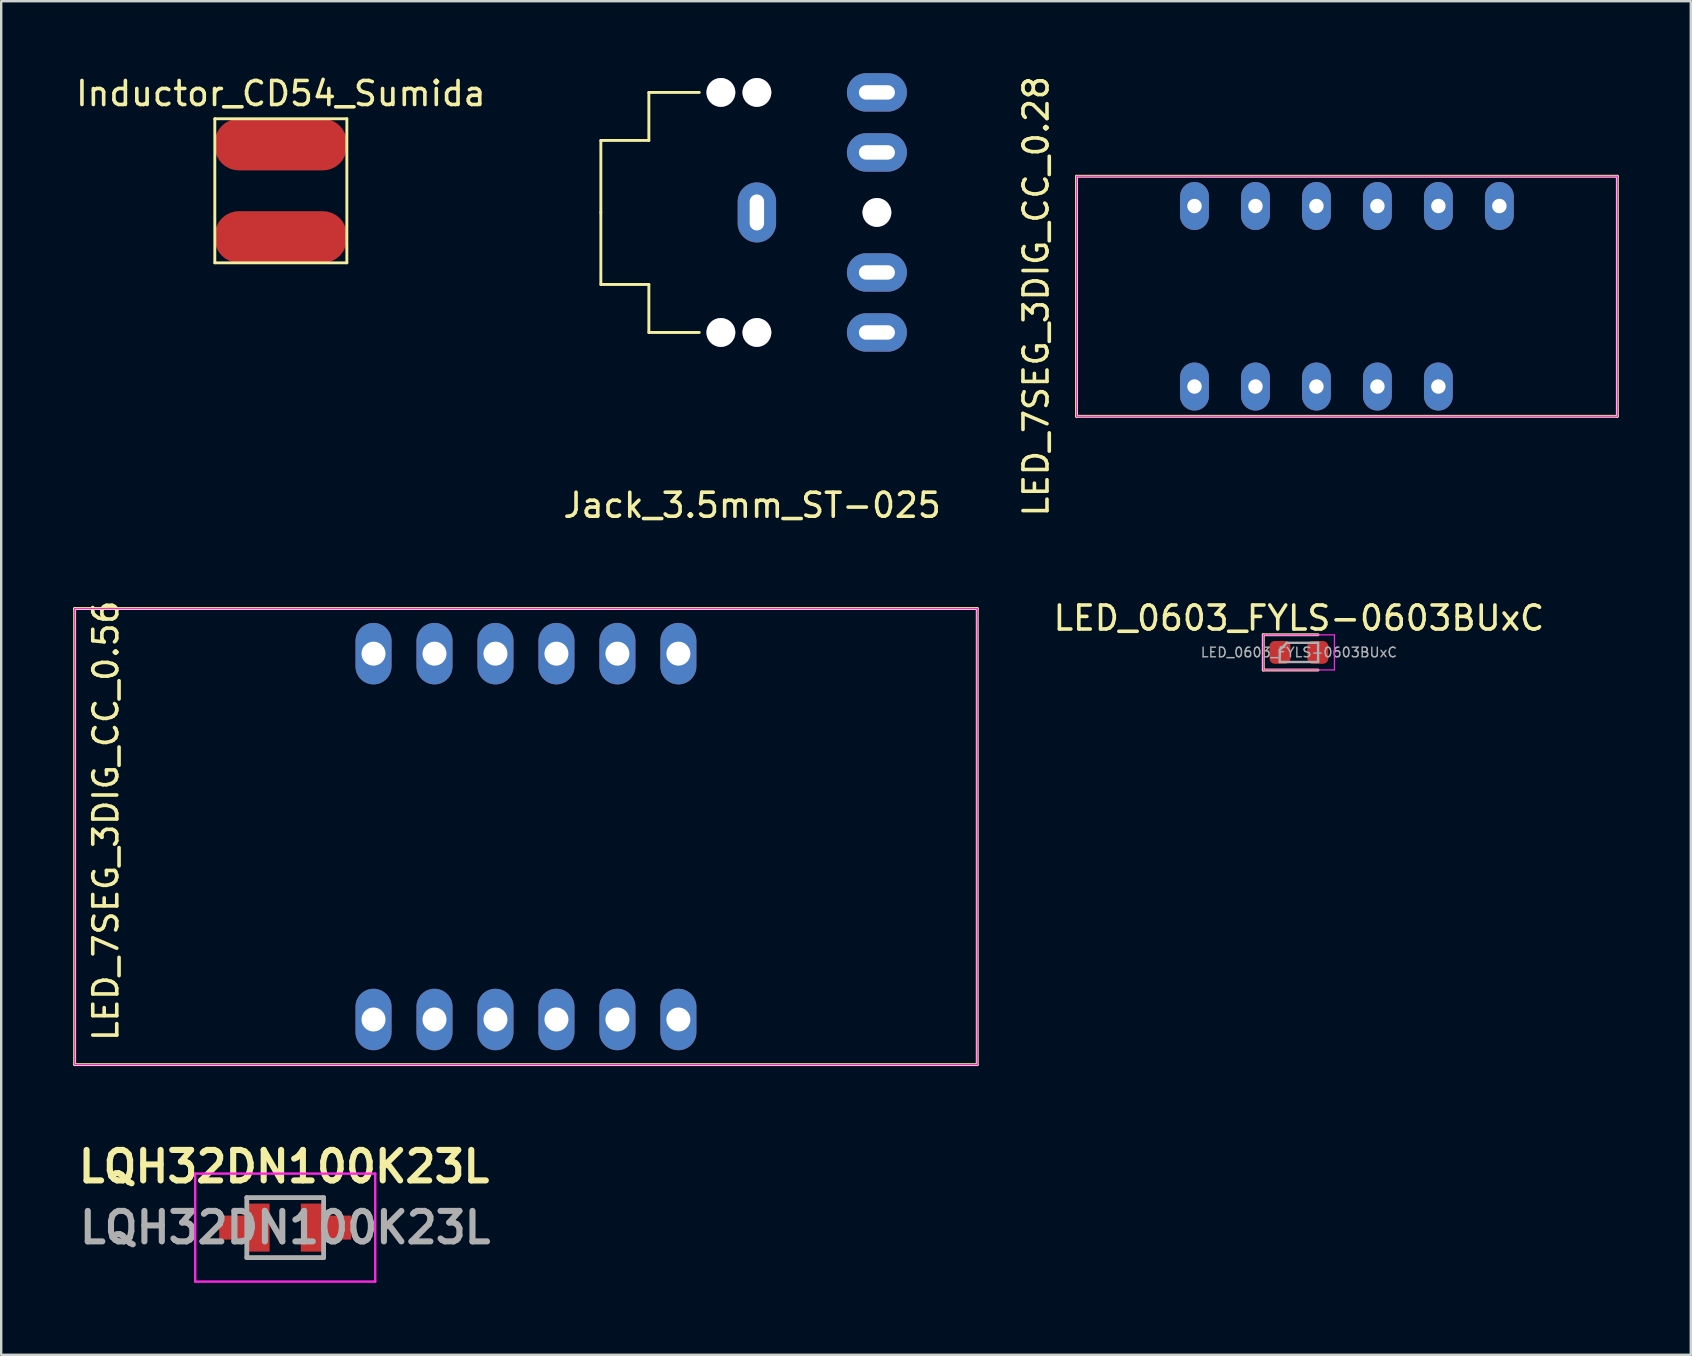
<source format=kicad_pcb>
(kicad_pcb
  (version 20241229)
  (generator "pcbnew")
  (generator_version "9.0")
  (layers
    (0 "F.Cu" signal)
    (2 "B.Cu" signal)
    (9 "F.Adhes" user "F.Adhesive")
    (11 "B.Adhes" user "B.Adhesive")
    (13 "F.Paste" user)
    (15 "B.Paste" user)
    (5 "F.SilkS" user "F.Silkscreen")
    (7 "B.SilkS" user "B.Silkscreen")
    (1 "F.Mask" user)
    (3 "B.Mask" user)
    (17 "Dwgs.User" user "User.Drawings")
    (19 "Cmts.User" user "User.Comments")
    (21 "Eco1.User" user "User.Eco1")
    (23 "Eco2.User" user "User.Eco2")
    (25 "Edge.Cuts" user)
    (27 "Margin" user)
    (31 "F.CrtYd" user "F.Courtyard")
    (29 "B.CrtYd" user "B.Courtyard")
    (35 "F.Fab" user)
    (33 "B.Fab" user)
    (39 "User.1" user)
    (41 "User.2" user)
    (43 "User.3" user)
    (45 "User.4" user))
  (footprint "LED_0603_FYLS-0603BUxC"
    (layer "F.Cu")
    (at 51.059 24.127)
    (property "Reference" "LED_0603_FYLS-0603BUxC" (at 0 -1.43 0) (layer "F.SilkS") (effects (font (size 1 1) (thickness 0.15))))
    (attr smd)
    (fp_line (start -1.485 -0.735) (end -1.485 0.735) (stroke (width 0.12) (type solid)) (layer "F.SilkS"))
    (fp_line (start -1.485 0.735) (end 0.8 0.735) (stroke (width 0.12) (type solid)) (layer "F.SilkS"))
    (fp_line (start 0.8 -0.735) (end -1.485 -0.735) (stroke (width 0.12) (type solid)) (layer "F.SilkS"))
    (fp_line (start -1.48 -0.73) (end 1.48 -0.73) (stroke (width 0.05) (type solid)) (layer "F.CrtYd"))
    (fp_line (start -1.48 0.73) (end -1.48 -0.73) (stroke (width 0.05) (type solid)) (layer "F.CrtYd"))
    (fp_line (start 1.48 -0.73) (end 1.48 0.73) (stroke (width 0.05) (type solid)) (layer "F.CrtYd"))
    (fp_line (start 1.48 0.73) (end -1.48 0.73) (stroke (width 0.05) (type solid)) (layer "F.CrtYd"))
    (fp_line (start -0.8 -0.1) (end -0.8 0.4) (stroke (width 0.1) (type solid)) (layer "F.Fab"))
    (fp_line (start -0.8 0.4) (end 0.8 0.4) (stroke (width 0.1) (type solid)) (layer "F.Fab"))
    (fp_line (start -0.5 -0.4) (end -0.8 -0.1) (stroke (width 0.1) (type solid)) (layer "F.Fab"))
    (fp_line (start 0.8 -0.4) (end -0.5 -0.4) (stroke (width 0.1) (type solid)) (layer "F.Fab"))
    (fp_line (start 0.8 0.4) (end 0.8 -0.4) (stroke (width 0.1) (type solid)) (layer "F.Fab"))
    (fp_text user "${REFERENCE}" (at 0 0 0) (layer "F.Fab") (effects (font (size 0.4 0.4) (thickness 0.06))))
    (pad "1" smd roundrect (at -0.787 0) (size 0.875 0.95) (layers "F.Cu" "F.Mask" "F.Paste") (roundrect_rratio 0.25))
    (pad "2" smd roundrect (at 0.787 0) (size 0.875 0.95) (layers "F.Cu" "F.Mask" "F.Paste") (roundrect_rratio 0.25)))
  (footprint "LED_7SEG_3DIG_CC_0.28"
    (layer "F.Cu")
    (at 53.06 9.292)
    (property "Reference" "LED_7SEG_3DIG_CC_0.28" (at -12.95 0 90) (layer "F.SilkS") (effects (font (size 1 1) (thickness 0.15))))
    (attr through_hole)
    (fp_line (start -11.265 -5) (end -11.265 5) (stroke (width 0.12) (type solid)) (layer "F.SilkS"))
    (fp_line (start -11.265 -5) (end 11.265 -5) (stroke (width 0.12) (type solid)) (layer "F.SilkS"))
    (fp_line (start -11.265 5) (end 11.265 5) (stroke (width 0.12) (type solid)) (layer "F.SilkS"))
    (fp_line (start 11.265 5) (end 11.265 -5) (stroke (width 0.12) (type solid)) (layer "F.SilkS"))
    (fp_line (start -11.265 -5) (end 11.265 -5) (stroke (width 0.05) (type solid)) (layer "F.CrtYd"))
    (fp_line (start -11.265 5) (end -11.265 -5) (stroke (width 0.05) (type solid)) (layer "F.CrtYd"))
    (fp_line (start -11.265 5) (end 11.265 5) (stroke (width 0.05) (type solid)) (layer "F.CrtYd"))
    (fp_line (start 11.265 -5) (end 11.265 5) (stroke (width 0.05) (type solid)) (layer "F.CrtYd"))
    (pad "A" thru_hole oval (at -3.81 -3.76) (size 1.2 2) (drill 0.6) (layers "*.Cu" "*.Mask"))
    (pad "B" thru_hole oval (at 6.35 -3.76) (size 1.2 2) (drill 0.6) (layers "*.Cu" "*.Mask"))
    (pad "C" thru_hole oval (at 1.27 3.76) (size 1.2 2) (drill 0.6) (layers "*.Cu" "*.Mask"))
    (pad "D" thru_hole oval (at -3.81 3.76) (size 1.2 2) (drill 0.6) (layers "*.Cu" "*.Mask"))
    (pad "DIG1" thru_hole oval (at -6.35 -3.76) (size 1.2 2) (drill 0.6) (layers "*.Cu" "*.Mask"))
    (pad "DIG2" thru_hole oval (at 1.27 -3.76) (size 1.2 2) (drill 0.6) (layers "*.Cu" "*.Mask"))
    (pad "DIG3" thru_hole oval (at 3.81 -3.76) (size 1.2 2) (drill 0.6) (layers "*.Cu" "*.Mask"))
    (pad "DP" thru_hole oval (at -1.27 3.76) (size 1.2 2) (drill 0.6) (layers "*.Cu" "*.Mask"))
    (pad "E" thru_hole oval (at -6.35 3.76) (size 1.2 2) (drill 0.6) (layers "*.Cu" "*.Mask"))
    (pad "F" thru_hole oval (at -1.27 -3.76) (size 1.2 2) (drill 0.6) (layers "*.Cu" "*.Mask"))
    (pad "G" thru_hole oval (at 3.81 3.76) (size 1.2 2) (drill 0.6) (layers "*.Cu" "*.Mask")))
  (footprint "LED_7SEG_3DIG_CC_0.56"
    (layer "F.Cu")
    (at 18.86 31.8)
    (property "Reference" "LED_7SEG_3DIG_CC_0.56" (at -17.501 -0.66 90) (layer "F.SilkS") (effects (font (size 1 1) (thickness 0.15))))
    (attr through_hole)
    (fp_line (start -18.8 -9.5) (end -18.8 9.5) (stroke (width 0.12) (type solid)) (layer "F.SilkS"))
    (fp_line (start -18.8 -9.5) (end 18.8 -9.5) (stroke (width 0.12) (type solid)) (layer "F.SilkS"))
    (fp_line (start -18.8 9.5) (end 18.8 9.5) (stroke (width 0.12) (type solid)) (layer "F.SilkS"))
    (fp_line (start 18.8 9.5) (end 18.8 -9.5) (stroke (width 0.12) (type solid)) (layer "F.SilkS"))
    (fp_line (start -18.8 -9.5) (end 18.8 -9.5) (stroke (width 0.05) (type solid)) (layer "F.CrtYd"))
    (fp_line (start -18.8 9.5) (end -18.8 -9.5) (stroke (width 0.05) (type solid)) (layer "F.CrtYd"))
    (fp_line (start -18.8 9.5) (end 18.8 9.5) (stroke (width 0.05) (type solid)) (layer "F.CrtYd"))
    (fp_line (start 18.8 -9.5) (end 18.8 9.5) (stroke (width 0.05) (type solid)) (layer "F.CrtYd"))
    (pad "A" thru_hole oval (at -3.81 -7.62) (size 1.5 2.56) (drill 1) (layers "*.Cu" "*.Mask"))
    (pad "B" thru_hole oval (at 6.35 -7.62) (size 1.5 2.56) (drill 1) (layers "*.Cu" "*.Mask"))
    (pad "C" thru_hole oval (at 1.27 7.62) (size 1.5 2.56) (drill 1) (layers "*.Cu" "*.Mask"))
    (pad "D" thru_hole oval (at -3.81 7.62) (size 1.5 2.56) (drill 1) (layers "*.Cu" "*.Mask"))
    (pad "DIG1" thru_hole oval (at -6.35 -7.62) (size 1.5 2.56) (drill 1) (layers "*.Cu" "*.Mask"))
    (pad "DIG2" thru_hole oval (at 1.27 -7.62) (size 1.5 2.56) (drill 1) (layers "*.Cu" "*.Mask"))
    (pad "DIG3" thru_hole oval (at 3.81 -7.62) (size 1.5 2.56) (drill 1) (layers "*.Cu" "*.Mask"))
    (pad "DP" thru_hole oval (at -1.27 7.62) (size 1.5 2.56) (drill 1) (layers "*.Cu" "*.Mask"))
    (pad "E" thru_hole oval (at -6.35 7.62) (size 1.5 2.56) (drill 1) (layers "*.Cu" "*.Mask"))
    (pad "F" thru_hole oval (at -1.27 -7.62) (size 1.5 2.56) (drill 1) (layers "*.Cu" "*.Mask"))
    (pad "G" thru_hole oval (at 3.81 7.62) (size 1.5 2.56) (drill 1) (layers "*.Cu" "*.Mask"))
    (pad "NC" thru_hole oval (at 6.35 7.62) (size 1.5 2.56) (drill 1) (layers "*.Cu" "*.Mask")))
  (footprint "LQH32DN100K23L"
    (layer "F.Cu")
    (at 8.831 48.089)
    (property "Reference" "LQH32DN100K23L" (at -0.05 -2.54 0) (layer "F.SilkS") (effects (font (size 1.27 1.27) (thickness 0.254))))
    (attr smd)
    (fp_line (start -1.6 -1.25) (end 1.5 -1.25) (stroke (width 0.1) (type solid)) (layer "F.SilkS"))
    (fp_line (start -1.5 1.25) (end 1.6 1.25) (stroke (width 0.1) (type solid)) (layer "F.SilkS"))
    (fp_line (start -3.75 -2.25) (end 3.75 -2.25) (stroke (width 0.1) (type solid)) (layer "F.CrtYd"))
    (fp_line (start -3.75 2.25) (end -3.75 -2.25) (stroke (width 0.1) (type solid)) (layer "F.CrtYd"))
    (fp_line (start 3.75 -2.25) (end 3.75 2.25) (stroke (width 0.1) (type solid)) (layer "F.CrtYd"))
    (fp_line (start 3.75 2.25) (end -3.75 2.25) (stroke (width 0.1) (type solid)) (layer "F.CrtYd"))
    (fp_line (start -1.6 -1.25) (end 1.6 -1.25) (stroke (width 0.2) (type solid)) (layer "F.Fab"))
    (fp_line (start -1.6 1.25) (end -1.6 -1.25) (stroke (width 0.2) (type solid)) (layer "F.Fab"))
    (fp_line (start 1.6 -1.25) (end 1.6 1.25) (stroke (width 0.2) (type solid)) (layer "F.Fab"))
    (fp_line (start 1.6 1.25) (end -1.6 1.25) (stroke (width 0.2) (type solid)) (layer "F.Fab"))
    (fp_text user "${REFERENCE}" (at 0 0 0) (layer "F.Fab") (effects (font (size 1.27 1.27) (thickness 0.254))))
    (pad "1" smd rect (at -2.2 0 90) (size 1 1.1) (layers "F.Cu" "F.Mask" "F.Paste"))
    (pad "1" smd rect (at -1.15 0) (size 1 2) (layers "F.Cu" "F.Mask" "F.Paste"))
    (pad "2" smd rect (at 1.15 0) (size 1 2) (layers "F.Cu" "F.Mask" "F.Paste"))
    (pad "2" smd rect (at 2.2 0 90) (size 1 1.1) (layers "F.Cu" "F.Mask" "F.Paste")))
  (footprint "Inductor_CD54_Sumida"
    (layer "F.Cu")
    (at 8.649 4.898)
    (property "Reference" "Inductor_CD54_Sumida" (at 0 -4.05 0) (layer "F.SilkS") (effects (font (size 1 1) (thickness 0.15))))
    (attr through_hole)
    (fp_line (start -2.75 -3) (end 2.75 -3) (stroke (width 0.12) (type solid)) (layer "F.SilkS"))
    (fp_line (start -2.75 3) (end -2.75 -3) (stroke (width 0.12) (type solid)) (layer "F.SilkS"))
    (fp_line (start 2.75 -3) (end 2.75 3) (stroke (width 0.12) (type solid)) (layer "F.SilkS"))
    (fp_line (start 2.75 3) (end -2.75 3) (stroke (width 0.12) (type solid)) (layer "F.SilkS"))
    (pad "1" smd roundrect (at 0 -1.925) (size 5.5 2.15) (layers "F.Cu" "F.Mask" "F.Paste") (roundrect_rratio 0.465))
    (pad "2" smd roundrect (at 0 1.925) (size 5.5 2.15) (layers "F.Cu" "F.Mask" "F.Paste") (roundrect_rratio 0.465)))
  (footprint "Jack_3.5mm_ST-025"
    (layer "F.Cu")
    (at 28.48 5.8)
    (property "Reference" "Jack_3.5mm_ST-025" (at -0.2 12.2 0) (layer "F.SilkS") (effects (font (size 1 1) (thickness 0.15))))
    (attr through_hole)
    (fp_line (start -6.5 -3) (end -4.5 -3) (stroke (width 0.12) (type solid)) (layer "F.SilkS"))
    (fp_line (start -6.5 0) (end -6.5 -3) (stroke (width 0.12) (type solid)) (layer "F.SilkS"))
    (fp_line (start -6.5 0) (end -6.5 3) (stroke (width 0.12) (type solid)) (layer "F.SilkS"))
    (fp_line (start -6.5 3) (end -4.5 3) (stroke (width 0.12) (type solid)) (layer "F.SilkS"))
    (fp_line (start -4.5 -5) (end -2.4 -5) (stroke (width 0.12) (type solid)) (layer "F.SilkS"))
    (fp_line (start -4.5 -3) (end -4.5 -5) (stroke (width 0.12) (type solid)) (layer "F.SilkS"))
    (fp_line (start -4.5 3) (end -4.5 5) (stroke (width 0.12) (type solid)) (layer "F.SilkS"))
    (fp_line (start -4.5 5) (end -2.4 5) (stroke (width 0.12) (type solid)) (layer "F.SilkS"))
    (pad "" thru_hole circle (at -1.5 -5 90) (size 1.2 1.2) (drill 1.2) (layers "*.Cu" "*.Mask"))
    (pad "" thru_hole circle (at -1.5 5 90) (size 1.2 1.2) (drill 1.2) (layers "*.Cu" "*.Mask"))
    (pad "" thru_hole circle (at 0 -5 90) (size 1.2 1.2) (drill 1.2) (layers "*.Cu" "*.Mask"))
    (pad "" thru_hole circle (at 0 5 90) (size 1.2 1.2) (drill 1.2) (layers "*.Cu" "*.Mask"))
    (pad "" thru_hole circle (at 5 0 90) (size 1.2 1.2) (drill 1.2) (layers "*.Cu" "*.Mask"))
    (pad "R" thru_hole oval (at 5 -5 90) (size 1.6 2.5) (drill oval 0.6 1.5) (layers "*.Cu" "*.Mask"))
    (pad "RN" thru_hole oval (at 5 -2.5 90) (size 1.6 2.5) (drill oval 0.6 1.5) (layers "*.Cu" "*.Mask"))
    (pad "S" thru_hole oval (at 0 0) (size 1.6 2.5) (drill oval 0.6 1.5) (layers "*.Cu" "*.Mask"))
    (pad "T" thru_hole oval (at 5 5 90) (size 1.6 2.5) (drill oval 0.6 1.5) (layers "*.Cu" "*.Mask"))
    (pad "TN" thru_hole oval (at 5 2.5 90) (size 1.6 2.5) (drill oval 0.6 1.5) (layers "*.Cu" "*.Mask")))
  (gr_rect
    (start -3 -3)
    (end 67.385 53.389)
    (stroke (width 0.1) (type default))
    (fill no)
    (layer "Edge.Cuts")))
</source>
